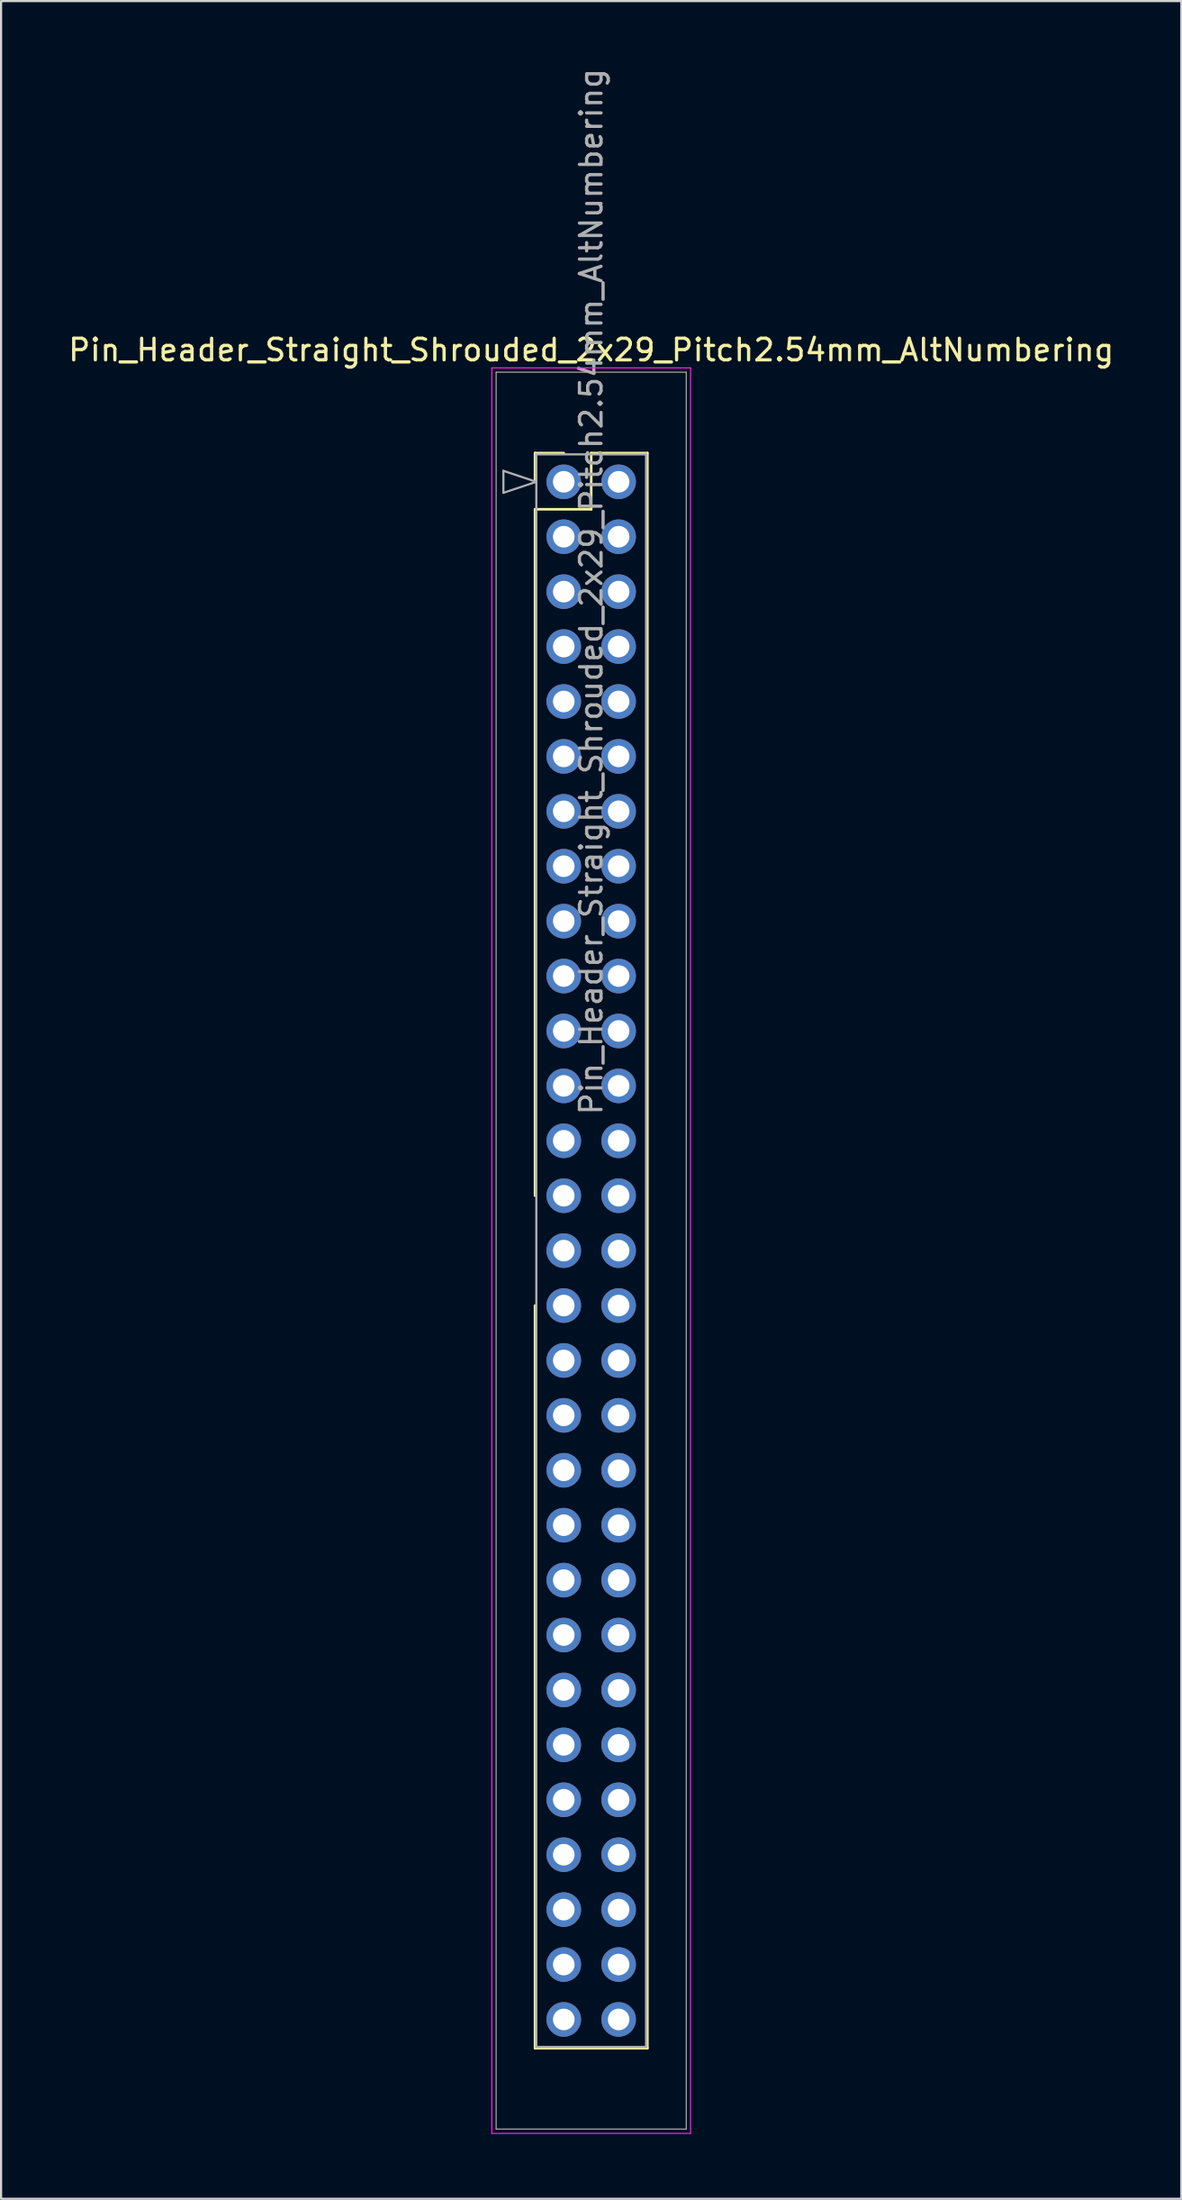
<source format=kicad_pcb>
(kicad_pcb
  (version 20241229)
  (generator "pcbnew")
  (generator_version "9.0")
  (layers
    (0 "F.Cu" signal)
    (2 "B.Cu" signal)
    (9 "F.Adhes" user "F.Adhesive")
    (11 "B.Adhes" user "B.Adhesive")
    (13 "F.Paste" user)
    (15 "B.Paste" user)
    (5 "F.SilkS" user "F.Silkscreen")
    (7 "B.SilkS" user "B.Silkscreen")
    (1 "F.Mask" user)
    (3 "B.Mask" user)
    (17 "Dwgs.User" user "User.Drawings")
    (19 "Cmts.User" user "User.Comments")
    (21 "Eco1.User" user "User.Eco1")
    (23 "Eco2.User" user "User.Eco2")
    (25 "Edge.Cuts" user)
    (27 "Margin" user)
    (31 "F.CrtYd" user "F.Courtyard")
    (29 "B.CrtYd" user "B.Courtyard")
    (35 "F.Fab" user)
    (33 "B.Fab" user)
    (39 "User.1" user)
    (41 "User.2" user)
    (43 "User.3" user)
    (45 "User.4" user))
  (footprint "Pin_Header_Straight_Shrouded_2x29_Pitch2.54mm_AltNumbering"
    (layer "F.Cu")
    (at 23.045 19.235)
    (property "Reference" "Pin_Header_Straight_Shrouded_2x29_Pitch2.54mm_AltNumbering" (at 1.27 -6.096 0) (layer "F.SilkS") (effects (font (size 1 1) (thickness 0.15))))
    (attr through_hole)
    (fp_line (start -1.33 -1.33) (end 0 -1.33) (stroke (width 0.12) (type solid)) (layer "F.SilkS"))
    (fp_line (start -1.33 0) (end -1.33 -1.33) (stroke (width 0.12) (type solid)) (layer "F.SilkS"))
    (fp_line (start -1.33 1.27) (end -1.33 33.02) (stroke (width 0.12) (type solid)) (layer "F.SilkS"))
    (fp_line (start -1.33 1.27) (end 1.27 1.27) (stroke (width 0.12) (type solid)) (layer "F.SilkS"))
    (fp_line (start -1.33 38.1) (end -1.33 72.45) (stroke (width 0.12) (type solid)) (layer "F.SilkS"))
    (fp_line (start -1.33 72.45) (end 3.87 72.45) (stroke (width 0.12) (type solid)) (layer "F.SilkS"))
    (fp_line (start 1.27 -1.33) (end 3.87 -1.33) (stroke (width 0.12) (type solid)) (layer "F.SilkS"))
    (fp_line (start 1.27 1.27) (end 1.27 -1.33) (stroke (width 0.12) (type solid)) (layer "F.SilkS"))
    (fp_line (start 3.87 -1.33) (end 3.87 72.45) (stroke (width 0.12) (type solid)) (layer "F.SilkS"))
    (fp_line (start -3.33 -5.27) (end -3.33 76.39) (stroke (width 0.05) (type solid)) (layer "F.CrtYd"))
    (fp_line (start -3.33 76.39) (end 5.87 76.39) (stroke (width 0.05) (type solid)) (layer "F.CrtYd"))
    (fp_line (start 5.87 -5.27) (end -3.33 -5.27) (stroke (width 0.05) (type solid)) (layer "F.CrtYd"))
    (fp_line (start 5.87 76.39) (end 5.87 -5.27) (stroke (width 0.05) (type solid)) (layer "F.CrtYd"))
    (fp_line (start -3.13 -5.07) (end -3.13 76.19) (stroke (width 0.05) (type solid)) (layer "F.Fab"))
    (fp_line (start -3.13 76.19) (end 5.67 76.19) (stroke (width 0.05) (type solid)) (layer "F.Fab"))
    (fp_line (start -2.794 -0.508) (end -1.27 0) (stroke (width 0.1) (type solid)) (layer "F.Fab"))
    (fp_line (start -2.794 0.508) (end -2.794 -0.508) (stroke (width 0.1) (type solid)) (layer "F.Fab"))
    (fp_line (start -1.27 -1.27) (end -1.27 72.39) (stroke (width 0.1) (type solid)) (layer "F.Fab"))
    (fp_line (start -1.27 0) (end -2.794 0.508) (stroke (width 0.1) (type solid)) (layer "F.Fab"))
    (fp_line (start -1.27 72.39) (end 3.81 72.39) (stroke (width 0.1) (type solid)) (layer "F.Fab"))
    (fp_line (start 3.81 -1.27) (end -1.27 -1.27) (stroke (width 0.1) (type solid)) (layer "F.Fab"))
    (fp_line (start 3.81 72.39) (end 3.81 -1.27) (stroke (width 0.1) (type solid)) (layer "F.Fab"))
    (fp_line (start 5.67 -5.07) (end -3.13 -5.07) (stroke (width 0.05) (type solid)) (layer "F.Fab"))
    (fp_line (start 5.67 76.19) (end 5.67 -5.07) (stroke (width 0.05) (type solid)) (layer "F.Fab"))
    (fp_text user "${REFERENCE}" (at 1.27 5.08 90) (layer "F.Fab") (effects (font (size 1 1) (thickness 0.15))))
    (pad "1" thru_hole oval (at 0 0) (size 1.6 1.6) (drill 1) (layers "*.Cu" "*.Mask"))
    (pad "2" thru_hole oval (at 0 2.54) (size 1.6 1.6) (drill 1) (layers "*.Cu" "*.Mask"))
    (pad "3" thru_hole oval (at 0 5.08) (size 1.6 1.6) (drill 1) (layers "*.Cu" "*.Mask"))
    (pad "4" thru_hole oval (at 0 7.62) (size 1.6 1.6) (drill 1) (layers "*.Cu" "*.Mask"))
    (pad "5" thru_hole oval (at 0 10.16) (size 1.6 1.6) (drill 1) (layers "*.Cu" "*.Mask"))
    (pad "6" thru_hole oval (at 0 12.7) (size 1.6 1.6) (drill 1) (layers "*.Cu" "*.Mask"))
    (pad "7" thru_hole oval (at 0 15.24) (size 1.6 1.6) (drill 1) (layers "*.Cu" "*.Mask"))
    (pad "8" thru_hole oval (at 0 17.78) (size 1.6 1.6) (drill 1) (layers "*.Cu" "*.Mask"))
    (pad "9" thru_hole oval (at 0 20.32) (size 1.6 1.6) (drill 1) (layers "*.Cu" "*.Mask"))
    (pad "10" thru_hole oval (at 0 22.86) (size 1.6 1.6) (drill 1) (layers "*.Cu" "*.Mask"))
    (pad "11" thru_hole oval (at 0 25.4) (size 1.6 1.6) (drill 1) (layers "*.Cu" "*.Mask"))
    (pad "12" thru_hole oval (at 0 27.94) (size 1.6 1.6) (drill 1) (layers "*.Cu" "*.Mask"))
    (pad "13" thru_hole oval (at 0 30.48) (size 1.6 1.6) (drill 1) (layers "*.Cu" "*.Mask"))
    (pad "14" thru_hole oval (at 0 33.02) (size 1.6 1.6) (drill 1) (layers "*.Cu" "*.Mask"))
    (pad "15" thru_hole oval (at 0 35.56) (size 1.6 1.6) (drill 1) (layers "*.Cu" "*.Mask"))
    (pad "16" thru_hole oval (at 0 38.1) (size 1.6 1.6) (drill 1) (layers "*.Cu" "*.Mask"))
    (pad "17" thru_hole oval (at 0 40.64) (size 1.6 1.6) (drill 1) (layers "*.Cu" "*.Mask"))
    (pad "18" thru_hole oval (at 0 43.18) (size 1.6 1.6) (drill 1) (layers "*.Cu" "*.Mask"))
    (pad "19" thru_hole oval (at 0 45.72) (size 1.6 1.6) (drill 1) (layers "*.Cu" "*.Mask"))
    (pad "20" thru_hole oval (at 0 48.26) (size 1.6 1.6) (drill 1) (layers "*.Cu" "*.Mask"))
    (pad "21" thru_hole oval (at 0 50.8) (size 1.6 1.6) (drill 1) (layers "*.Cu" "*.Mask"))
    (pad "22" thru_hole oval (at 0 53.34) (size 1.6 1.6) (drill 1) (layers "*.Cu" "*.Mask"))
    (pad "23" thru_hole oval (at 0 55.88) (size 1.6 1.6) (drill 1) (layers "*.Cu" "*.Mask"))
    (pad "24" thru_hole oval (at 0 58.42) (size 1.6 1.6) (drill 1) (layers "*.Cu" "*.Mask"))
    (pad "25" thru_hole oval (at 0 60.96) (size 1.6 1.6) (drill 1) (layers "*.Cu" "*.Mask"))
    (pad "26" thru_hole oval (at 0 63.5) (size 1.6 1.6) (drill 1) (layers "*.Cu" "*.Mask"))
    (pad "27" thru_hole oval (at 0 66.04) (size 1.6 1.6) (drill 1) (layers "*.Cu" "*.Mask"))
    (pad "28" thru_hole oval (at 0 68.58) (size 1.6 1.6) (drill 1) (layers "*.Cu" "*.Mask"))
    (pad "29" thru_hole oval (at 0 71.12) (size 1.6 1.6) (drill 1) (layers "*.Cu" "*.Mask"))
    (pad "30" thru_hole oval (at 2.54 0) (size 1.6 1.6) (drill 1) (layers "*.Cu" "*.Mask"))
    (pad "31" thru_hole oval (at 2.54 2.54) (size 1.6 1.6) (drill 1) (layers "*.Cu" "*.Mask"))
    (pad "32" thru_hole oval (at 2.54 5.08) (size 1.6 1.6) (drill 1) (layers "*.Cu" "*.Mask"))
    (pad "33" thru_hole oval (at 2.54 7.62) (size 1.6 1.6) (drill 1) (layers "*.Cu" "*.Mask"))
    (pad "34" thru_hole oval (at 2.54 10.16) (size 1.6 1.6) (drill 1) (layers "*.Cu" "*.Mask"))
    (pad "35" thru_hole oval (at 2.54 12.7) (size 1.6 1.6) (drill 1) (layers "*.Cu" "*.Mask"))
    (pad "36" thru_hole oval (at 2.54 15.24) (size 1.6 1.6) (drill 1) (layers "*.Cu" "*.Mask"))
    (pad "37" thru_hole oval (at 2.54 17.78) (size 1.6 1.6) (drill 1) (layers "*.Cu" "*.Mask"))
    (pad "38" thru_hole oval (at 2.54 20.32) (size 1.6 1.6) (drill 1) (layers "*.Cu" "*.Mask"))
    (pad "39" thru_hole oval (at 2.54 22.86) (size 1.6 1.6) (drill 1) (layers "*.Cu" "*.Mask"))
    (pad "40" thru_hole oval (at 2.54 25.4) (size 1.6 1.6) (drill 1) (layers "*.Cu" "*.Mask"))
    (pad "41" thru_hole oval (at 2.54 27.94) (size 1.6 1.6) (drill 1) (layers "*.Cu" "*.Mask"))
    (pad "42" thru_hole oval (at 2.54 30.48) (size 1.6 1.6) (drill 1) (layers "*.Cu" "*.Mask"))
    (pad "43" thru_hole oval (at 2.54 33.02) (size 1.6 1.6) (drill 1) (layers "*.Cu" "*.Mask"))
    (pad "44" thru_hole oval (at 2.54 35.56) (size 1.6 1.6) (drill 1) (layers "*.Cu" "*.Mask"))
    (pad "45" thru_hole oval (at 2.54 38.1) (size 1.6 1.6) (drill 1) (layers "*.Cu" "*.Mask"))
    (pad "46" thru_hole oval (at 2.54 40.64) (size 1.6 1.6) (drill 1) (layers "*.Cu" "*.Mask"))
    (pad "47" thru_hole oval (at 2.54 43.18) (size 1.6 1.6) (drill 1) (layers "*.Cu" "*.Mask"))
    (pad "48" thru_hole oval (at 2.54 45.72) (size 1.6 1.6) (drill 1) (layers "*.Cu" "*.Mask"))
    (pad "49" thru_hole oval (at 2.54 48.26) (size 1.6 1.6) (drill 1) (layers "*.Cu" "*.Mask"))
    (pad "50" thru_hole oval (at 2.54 50.8) (size 1.6 1.6) (drill 1) (layers "*.Cu" "*.Mask"))
    (pad "51" thru_hole oval (at 2.54 53.34) (size 1.6 1.6) (drill 1) (layers "*.Cu" "*.Mask"))
    (pad "52" thru_hole oval (at 2.54 55.88) (size 1.6 1.6) (drill 1) (layers "*.Cu" "*.Mask"))
    (pad "53" thru_hole oval (at 2.54 58.42) (size 1.6 1.6) (drill 1) (layers "*.Cu" "*.Mask"))
    (pad "54" thru_hole oval (at 2.54 60.96) (size 1.6 1.6) (drill 1) (layers "*.Cu" "*.Mask"))
    (pad "55" thru_hole oval (at 2.54 63.5) (size 1.6 1.6) (drill 1) (layers "*.Cu" "*.Mask"))
    (pad "56" thru_hole oval (at 2.54 66.04) (size 1.6 1.6) (drill 1) (layers "*.Cu" "*.Mask"))
    (pad "57" thru_hole oval (at 2.54 68.58) (size 1.6 1.6) (drill 1) (layers "*.Cu" "*.Mask"))
    (pad "58" thru_hole oval (at 2.54 71.12) (size 1.6 1.6) (drill 1) (layers "*.Cu" "*.Mask")))
  (gr_rect
    (start -3 -3)
    (end 51.631 98.65)
    (stroke (width 0.1) (type default))
    (fill no)
    (layer "Edge.Cuts")))
</source>
